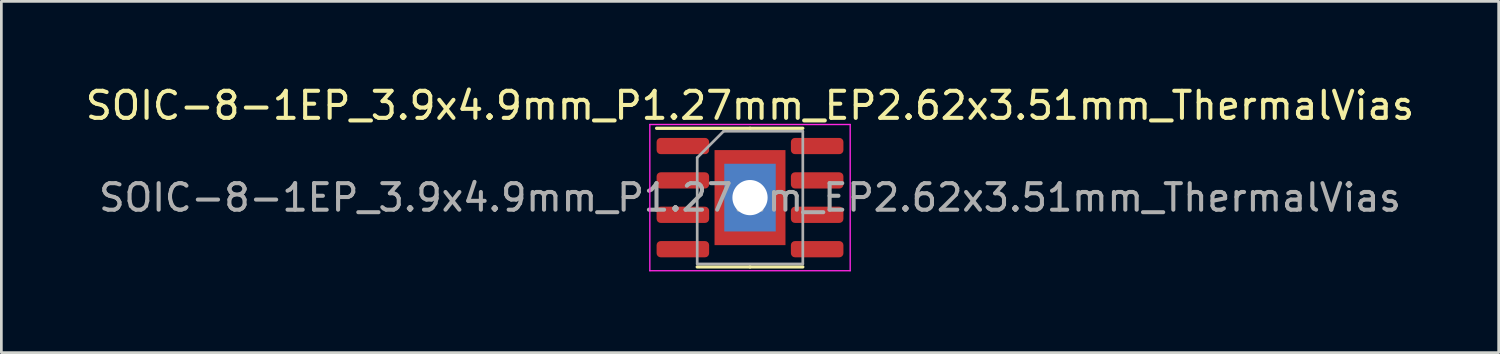
<source format=kicad_pcb>
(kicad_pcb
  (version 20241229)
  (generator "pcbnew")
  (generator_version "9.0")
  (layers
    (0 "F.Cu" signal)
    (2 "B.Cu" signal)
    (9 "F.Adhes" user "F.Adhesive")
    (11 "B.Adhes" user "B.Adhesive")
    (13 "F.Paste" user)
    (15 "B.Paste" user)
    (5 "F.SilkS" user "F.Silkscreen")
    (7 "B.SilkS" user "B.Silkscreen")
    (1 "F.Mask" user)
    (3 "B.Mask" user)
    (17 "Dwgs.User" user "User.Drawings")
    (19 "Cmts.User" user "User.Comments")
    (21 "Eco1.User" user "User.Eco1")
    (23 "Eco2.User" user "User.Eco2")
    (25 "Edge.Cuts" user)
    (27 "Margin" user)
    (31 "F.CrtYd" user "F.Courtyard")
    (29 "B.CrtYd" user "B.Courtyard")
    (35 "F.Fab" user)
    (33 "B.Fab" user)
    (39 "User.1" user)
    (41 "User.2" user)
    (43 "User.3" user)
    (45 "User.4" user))
  (footprint "SOIC-8-1EP_3.9x4.9mm_P1.27mm_EP2.62x3.51mm_ThermalVias"
    (layer "F.Cu")
    (at 24.649 4.248)
    (property "Reference" "SOIC-8-1EP_3.9x4.9mm_P1.27mm_EP2.62x3.51mm_ThermalVias" (at 0 -3.4 0) (layer "F.SilkS") (effects (font (size 1 1) (thickness 0.15))))
    (attr smd)
    (fp_line (start 0 -2.56) (end -3.45 -2.56) (stroke (width 0.12) (type solid)) (layer "F.SilkS"))
    (fp_line (start 0 -2.56) (end 1.95 -2.56) (stroke (width 0.12) (type solid)) (layer "F.SilkS"))
    (fp_line (start 0 2.56) (end -1.95 2.56) (stroke (width 0.12) (type solid)) (layer "F.SilkS"))
    (fp_line (start 0 2.56) (end 1.95 2.56) (stroke (width 0.12) (type solid)) (layer "F.SilkS"))
    (fp_line (start -3.7 -2.7) (end -3.7 2.7) (stroke (width 0.05) (type solid)) (layer "F.CrtYd"))
    (fp_line (start -3.7 2.7) (end 3.7 2.7) (stroke (width 0.05) (type solid)) (layer "F.CrtYd"))
    (fp_line (start 3.7 -2.7) (end -3.7 -2.7) (stroke (width 0.05) (type solid)) (layer "F.CrtYd"))
    (fp_line (start 3.7 2.7) (end 3.7 -2.7) (stroke (width 0.05) (type solid)) (layer "F.CrtYd"))
    (fp_line (start -1.95 -1.475) (end -0.975 -2.45) (stroke (width 0.1) (type solid)) (layer "F.Fab"))
    (fp_line (start -1.95 2.45) (end -1.95 -1.475) (stroke (width 0.1) (type solid)) (layer "F.Fab"))
    (fp_line (start -0.975 -2.45) (end 1.95 -2.45) (stroke (width 0.1) (type solid)) (layer "F.Fab"))
    (fp_line (start 1.95 -2.45) (end 1.95 2.45) (stroke (width 0.1) (type solid)) (layer "F.Fab"))
    (fp_line (start 1.95 2.45) (end -1.95 2.45) (stroke (width 0.1) (type solid)) (layer "F.Fab"))
    (fp_text user "${REFERENCE}" (at 0 0 0) (layer "F.Fab") (effects (font (size 0.98 0.98) (thickness 0.15))))
    (pad "" smd roundrect (at -0.655 -0.875) (size 1.1 1.47) (layers "F.Paste") (roundrect_rratio 0.227))
    (pad "" smd roundrect (at -0.655 0.875) (size 1.1 1.47) (layers "F.Paste") (roundrect_rratio 0.227))
    (pad "" smd roundrect (at 0.655 -0.875) (size 1.1 1.47) (layers "F.Paste") (roundrect_rratio 0.227))
    (pad "" smd roundrect (at 0.655 0.875) (size 1.1 1.47) (layers "F.Paste") (roundrect_rratio 0.227))
    (pad "1" smd roundrect (at -2.48 -1.905) (size 1.94 0.6) (layers "F.Cu" "F.Mask" "F.Paste") (roundrect_rratio 0.25))
    (pad "2" smd roundrect (at -2.48 -0.635) (size 1.94 0.6) (layers "F.Cu" "F.Mask" "F.Paste") (roundrect_rratio 0.25))
    (pad "3" smd roundrect (at -2.48 0.635) (size 1.94 0.6) (layers "F.Cu" "F.Mask" "F.Paste") (roundrect_rratio 0.25))
    (pad "4" smd roundrect (at -2.48 1.905) (size 1.94 0.6) (layers "F.Cu" "F.Mask" "F.Paste") (roundrect_rratio 0.25))
    (pad "5" smd roundrect (at 2.48 1.905) (size 1.94 0.6) (layers "F.Cu" "F.Mask" "F.Paste") (roundrect_rratio 0.25))
    (pad "6" smd roundrect (at 2.48 0.635) (size 1.94 0.6) (layers "F.Cu" "F.Mask" "F.Paste") (roundrect_rratio 0.25))
    (pad "7" smd roundrect (at 2.48 -0.635) (size 1.94 0.6) (layers "F.Cu" "F.Mask" "F.Paste") (roundrect_rratio 0.25))
    (pad "8" smd roundrect (at 2.48 -1.905) (size 1.94 0.6) (layers "F.Cu" "F.Mask" "F.Paste") (roundrect_rratio 0.25))
    (pad "9" thru_hole circle (at 0 0) (size 1.6 1.6) (drill 1.3) (layers "*.Cu" "*.Mask"))
    (pad "9" smd rect (at 0 0) (size 1.9 2.5) (layers "B.Cu"))
    (pad "9" smd rect (at 0 0) (size 2.62 3.51) (layers "F.Cu" "F.Mask")))
  (gr_rect
    (start -3 -3)
    (end 52.298 9.973)
    (stroke (width 0.1) (type default))
    (fill no)
    (layer "Edge.Cuts")))
</source>
